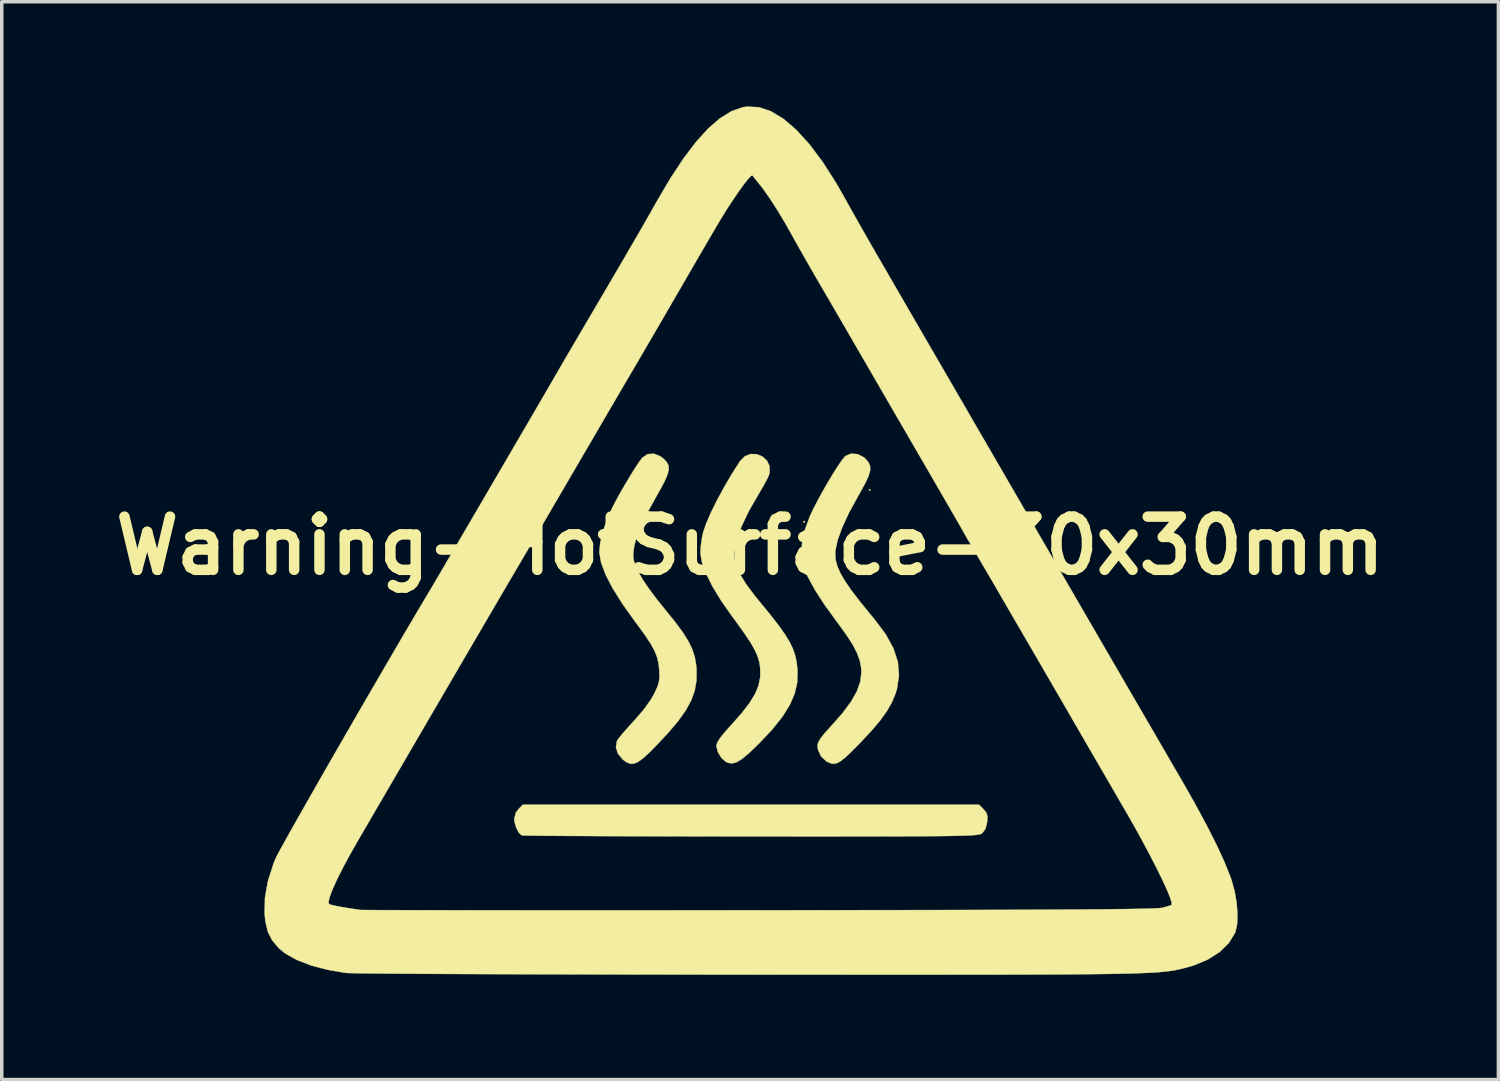
<source format=kicad_pcb>
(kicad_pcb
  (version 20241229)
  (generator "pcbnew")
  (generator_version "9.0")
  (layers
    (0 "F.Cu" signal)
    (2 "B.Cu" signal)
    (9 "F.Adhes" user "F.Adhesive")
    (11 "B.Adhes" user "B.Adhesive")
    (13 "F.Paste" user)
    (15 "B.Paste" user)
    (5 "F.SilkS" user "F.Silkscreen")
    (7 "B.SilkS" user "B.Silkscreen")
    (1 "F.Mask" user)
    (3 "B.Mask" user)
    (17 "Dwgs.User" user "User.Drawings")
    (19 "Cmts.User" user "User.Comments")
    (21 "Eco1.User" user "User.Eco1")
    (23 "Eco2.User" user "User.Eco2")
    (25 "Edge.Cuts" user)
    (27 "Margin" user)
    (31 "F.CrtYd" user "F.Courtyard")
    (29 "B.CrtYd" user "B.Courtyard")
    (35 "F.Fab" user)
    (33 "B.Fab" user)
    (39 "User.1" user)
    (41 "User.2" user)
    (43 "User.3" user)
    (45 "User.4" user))
  (footprint "Warning-HotSurface-30x30mm"
    (layer "F.Cu")
    (at 18.44 12.587)
    (property "Reference" "Warning-HotSurface-30x30mm" (at 0 0 0) (layer "F.SilkS") (effects (font (size 1.524 1.524) (thickness 0.3))))
    (attr through_hole)
    (fp_poly (pts (xy 1.575 -0.686) (xy 1.549 -0.66) (xy 1.524 -0.686) (xy 1.549 -0.711) (xy 1.575 -0.686)) (stroke (width 0.01) (type solid)) (fill yes) (layer "F.SilkS"))
    (fp_poly (pts (xy 3.454 -1.6) (xy 3.429 -1.575) (xy 3.404 -1.6) (xy 3.429 -1.626) (xy 3.454 -1.6)) (stroke (width 0.01) (type solid)) (fill yes) (layer "F.SilkS"))
    (fp_poly (pts (xy 6.689 7.548) (xy 6.77 7.646) (xy 6.801 7.749) (xy 6.794 7.902) (xy 6.793 7.912) (xy 6.748 8.105) (xy 6.658 8.229) (xy 6.647 8.237) (xy 6.626 8.25) (xy 6.597 8.262) (xy 6.554 8.273) (xy 6.491 8.283) (xy 6.404 8.291) (xy 6.288 8.298) (xy 6.136 8.304) (xy 5.944 8.31) (xy 5.707 8.314) (xy 5.419 8.318) (xy 5.075 8.321) (xy 4.67 8.323) (xy 4.198 8.325) (xy 3.654 8.326) (xy 3.033 8.326) (xy 2.33 8.327) (xy 1.54 8.327) (xy 0.656 8.326) (xy 0.025 8.326) (xy -0.78 8.326) (xy -1.557 8.325) (xy -2.301 8.323) (xy -3.005 8.322) (xy -3.663 8.32) (xy -4.269 8.318) (xy -4.816 8.315) (xy -5.3 8.313) (xy -5.713 8.31) (xy -6.049 8.307) (xy -6.303 8.304) (xy -6.469 8.301) (xy -6.54 8.298) (xy -6.542 8.297) (xy -6.625 8.22) (xy -6.699 8.08) (xy -6.747 7.917) (xy -6.756 7.823) (xy -6.709 7.645) (xy -6.632 7.541) (xy -6.507 7.417) (xy 6.558 7.417) (xy 6.689 7.548)) (stroke (width 0.01) (type solid)) (fill yes) (layer "F.SilkS"))
    (fp_poly (pts (xy 3.084 -2.624) (xy 3.26 -2.534) (xy 3.306 -2.493) (xy 3.393 -2.391) (xy 3.439 -2.287) (xy 3.442 -2.165) (xy 3.4 -2.01) (xy 3.307 -1.808) (xy 3.163 -1.542) (xy 3.091 -1.416) (xy 2.835 -0.947) (xy 2.641 -0.528) (xy 2.51 -0.166) (xy 2.446 0.132) (xy 2.439 0.243) (xy 2.454 0.413) (xy 2.504 0.594) (xy 2.593 0.795) (xy 2.728 1.025) (xy 2.916 1.295) (xy 3.161 1.614) (xy 3.47 1.993) (xy 3.571 2.114) (xy 3.888 2.537) (xy 4.109 2.941) (xy 4.235 3.331) (xy 4.267 3.716) (xy 4.209 4.1) (xy 4.168 4.234) (xy 4.065 4.482) (xy 3.922 4.734) (xy 3.729 5.003) (xy 3.475 5.304) (xy 3.15 5.65) (xy 3.124 5.677) (xy 2.891 5.912) (xy 2.713 6.078) (xy 2.575 6.185) (xy 2.463 6.238) (xy 2.364 6.246) (xy 2.264 6.215) (xy 2.19 6.178) (xy 2.037 6.039) (xy 1.947 5.843) (xy 1.932 5.727) (xy 1.951 5.639) (xy 2.015 5.526) (xy 2.135 5.374) (xy 2.319 5.17) (xy 2.646 4.799) (xy 2.891 4.47) (xy 3.06 4.173) (xy 3.158 3.896) (xy 3.19 3.63) (xy 3.182 3.483) (xy 3.142 3.28) (xy 3.063 3.068) (xy 2.94 2.831) (xy 2.762 2.554) (xy 2.522 2.222) (xy 2.474 2.159) (xy 2.131 1.685) (xy 1.854 1.255) (xy 1.648 0.876) (xy 1.549 0.647) (xy 1.477 0.316) (xy 1.488 -0.064) (xy 1.58 -0.483) (xy 1.715 -0.847) (xy 1.81 -1.051) (xy 1.936 -1.294) (xy 2.08 -1.558) (xy 2.233 -1.824) (xy 2.385 -2.076) (xy 2.524 -2.295) (xy 2.64 -2.463) (xy 2.723 -2.563) (xy 2.736 -2.575) (xy 2.898 -2.639) (xy 3.084 -2.624)) (stroke (width 0.01) (type solid)) (fill yes) (layer "F.SilkS"))
    (fp_poly (pts (xy 0.197 -2.623) (xy 0.357 -2.556) (xy 0.484 -2.439) (xy 0.559 -2.283) (xy 0.561 -2.096) (xy 0.534 -2.007) (xy 0.477 -1.889) (xy 0.385 -1.72) (xy 0.276 -1.533) (xy 0.263 -1.512) (xy -0.032 -0.999) (xy -0.248 -0.548) (xy -0.386 -0.156) (xy -0.446 0.178) (xy -0.445 0.361) (xy -0.397 0.573) (xy -0.289 0.815) (xy -0.114 1.097) (xy 0.132 1.427) (xy 0.267 1.593) (xy 0.57 1.963) (xy 0.811 2.272) (xy 0.997 2.534) (xy 1.136 2.761) (xy 1.234 2.966) (xy 1.299 3.165) (xy 1.339 3.368) (xy 1.36 3.59) (xy 1.36 3.59) (xy 1.351 3.915) (xy 1.279 4.235) (xy 1.139 4.559) (xy 0.926 4.899) (xy 0.634 5.264) (xy 0.257 5.664) (xy 0.219 5.701) (xy -0.024 5.934) (xy -0.216 6.095) (xy -0.369 6.193) (xy -0.497 6.233) (xy -0.614 6.223) (xy -0.69 6.192) (xy -0.816 6.084) (xy -0.917 5.92) (xy -0.964 5.747) (xy -0.965 5.723) (xy -0.936 5.629) (xy -0.845 5.489) (xy -0.686 5.297) (xy -0.55 5.147) (xy -0.246 4.804) (xy -0.017 4.507) (xy 0.145 4.243) (xy 0.245 3.998) (xy 0.292 3.759) (xy 0.292 3.511) (xy 0.291 3.498) (xy 0.266 3.333) (xy 0.217 3.167) (xy 0.137 2.987) (xy 0.017 2.777) (xy -0.149 2.526) (xy -0.369 2.218) (xy -0.511 2.026) (xy -0.823 1.582) (xy -1.074 1.17) (xy -1.26 0.799) (xy -1.378 0.477) (xy -1.422 0.212) (xy -1.422 0.193) (xy -1.408 -0.019) (xy -1.372 -0.257) (xy -1.345 -0.378) (xy -1.262 -0.625) (xy -1.129 -0.935) (xy -0.955 -1.289) (xy -0.75 -1.668) (xy -0.524 -2.054) (xy -0.287 -2.425) (xy -0.145 -2.568) (xy 0.023 -2.63) (xy 0.197 -2.623)) (stroke (width 0.01) (type solid)) (fill yes) (layer "F.SilkS"))
    (fp_poly (pts (xy -2.566 -2.561) (xy -2.482 -2.497) (xy -2.389 -2.4) (xy -2.337 -2.3) (xy -2.329 -2.181) (xy -2.368 -2.03) (xy -2.456 -1.831) (xy -2.596 -1.569) (xy -2.683 -1.417) (xy -2.923 -0.983) (xy -3.104 -0.615) (xy -3.231 -0.302) (xy -3.31 -0.031) (xy -3.338 0.141) (xy -3.348 0.29) (xy -3.334 0.416) (xy -3.288 0.556) (xy -3.201 0.744) (xy -3.185 0.776) (xy -3.066 0.983) (xy -2.887 1.245) (xy -2.662 1.545) (xy -2.433 1.829) (xy -2.148 2.181) (xy -1.929 2.478) (xy -1.767 2.735) (xy -1.654 2.969) (xy -1.582 3.195) (xy -1.543 3.428) (xy -1.532 3.57) (xy -1.537 3.868) (xy -1.585 4.149) (xy -1.684 4.426) (xy -1.84 4.712) (xy -2.06 5.021) (xy -2.351 5.365) (xy -2.619 5.652) (xy -2.864 5.903) (xy -3.057 6.081) (xy -3.21 6.193) (xy -3.335 6.245) (xy -3.446 6.243) (xy -3.556 6.192) (xy -3.65 6.12) (xy -3.786 5.956) (xy -3.843 5.772) (xy -3.814 5.596) (xy -3.805 5.578) (xy -3.747 5.496) (xy -3.634 5.359) (xy -3.484 5.189) (xy -3.327 5.018) (xy -3.054 4.703) (xy -2.843 4.411) (xy -2.746 4.239) (xy -2.657 4.048) (xy -2.61 3.9) (xy -2.595 3.751) (xy -2.601 3.564) (xy -2.622 3.369) (xy -2.665 3.19) (xy -2.737 3.008) (xy -2.847 2.806) (xy -3.005 2.567) (xy -3.218 2.273) (xy -3.276 2.197) (xy -3.646 1.679) (xy -3.935 1.221) (xy -4.143 0.82) (xy -4.27 0.475) (xy -4.318 0.185) (xy -4.318 0.161) (xy -4.289 -0.107) (xy -4.209 -0.432) (xy -4.084 -0.785) (xy -3.983 -1.016) (xy -3.878 -1.226) (xy -3.744 -1.473) (xy -3.593 -1.736) (xy -3.439 -1.995) (xy -3.294 -2.227) (xy -3.171 -2.412) (xy -3.083 -2.527) (xy -2.933 -2.626) (xy -2.753 -2.637) (xy -2.566 -2.561)) (stroke (width 0.01) (type solid)) (fill yes) (layer "F.SilkS"))
    (fp_poly (pts (xy 0.25 -12.565) (xy 0.599 -12.448) (xy 0.957 -12.232) (xy 1.324 -11.918) (xy 1.698 -11.507) (xy 2.078 -11) (xy 2.464 -10.398) (xy 2.752 -9.892) (xy 2.863 -9.691) (xy 3.015 -9.421) (xy 3.196 -9.101) (xy 3.396 -8.75) (xy 3.605 -8.387) (xy 3.784 -8.077) (xy 3.928 -7.829) (xy 4.117 -7.502) (xy 4.345 -7.109) (xy 4.607 -6.657) (xy 4.896 -6.158) (xy 5.207 -5.621) (xy 5.534 -5.058) (xy 5.871 -4.477) (xy 6.212 -3.889) (xy 6.537 -3.327) (xy 6.866 -2.761) (xy 7.188 -2.206) (xy 7.498 -1.671) (xy 7.792 -1.164) (xy 8.065 -0.693) (xy 8.311 -0.267) (xy 8.527 0.105) (xy 8.708 0.416) (xy 8.847 0.657) (xy 8.942 0.82) (xy 8.952 0.838) (xy 9.093 1.081) (xy 9.278 1.4) (xy 9.5 1.783) (xy 9.753 2.219) (xy 10.029 2.695) (xy 10.322 3.2) (xy 10.625 3.721) (xy 10.93 4.247) (xy 11.232 4.766) (xy 11.523 5.267) (xy 11.796 5.737) (xy 12.044 6.165) (xy 12.261 6.538) (xy 12.355 6.698) (xy 12.741 7.377) (xy 13.077 7.999) (xy 13.361 8.559) (xy 13.588 9.051) (xy 13.757 9.47) (xy 13.795 9.576) (xy 13.883 9.895) (xy 13.94 10.229) (xy 13.965 10.552) (xy 13.955 10.838) (xy 13.908 11.06) (xy 13.897 11.088) (xy 13.72 11.379) (xy 13.455 11.638) (xy 13.115 11.855) (xy 12.713 12.023) (xy 12.561 12.067) (xy 12.468 12.092) (xy 12.38 12.115) (xy 12.292 12.136) (xy 12.201 12.155) (xy 12.102 12.173) (xy 11.992 12.189) (xy 11.866 12.203) (xy 11.72 12.216) (xy 11.549 12.228) (xy 11.35 12.238) (xy 11.119 12.247) (xy 10.852 12.255) (xy 10.543 12.262) (xy 10.19 12.268) (xy 9.788 12.273) (xy 9.332 12.277) (xy 8.82 12.281) (xy 8.246 12.283) (xy 7.607 12.285) (xy 6.897 12.287) (xy 6.115 12.287) (xy 5.254 12.288) (xy 4.311 12.288) (xy 3.282 12.288) (xy 2.163 12.287) (xy 0.949 12.287) (xy 0 12.286) (xy -1.067 12.286) (xy -2.109 12.284) (xy -3.121 12.283) (xy -4.1 12.281) (xy -5.04 12.279) (xy -5.937 12.277) (xy -6.785 12.274) (xy -7.581 12.272) (xy -8.319 12.269) (xy -8.994 12.266) (xy -9.602 12.262) (xy -10.138 12.259) (xy -10.597 12.255) (xy -10.975 12.251) (xy -11.267 12.247) (xy -11.467 12.243) (xy -11.572 12.239) (xy -11.582 12.238) (xy -12.109 12.148) (xy -12.581 12.023) (xy -12.987 11.866) (xy -13.315 11.682) (xy -13.504 11.528) (xy -13.694 11.301) (xy -13.818 11.055) (xy -13.887 10.761) (xy -13.909 10.533) (xy -13.901 10.206) (xy -12.077 10.206) (xy -12.069 10.255) (xy -12.031 10.278) (xy -11.936 10.304) (xy -11.774 10.337) (xy -11.533 10.378) (xy -11.203 10.429) (xy -11.176 10.433) (xy -11.114 10.435) (xy -10.955 10.436) (xy -10.703 10.438) (xy -10.364 10.439) (xy -9.942 10.44) (xy -9.441 10.441) (xy -8.867 10.442) (xy -8.223 10.443) (xy -7.515 10.444) (xy -6.746 10.444) (xy -5.923 10.445) (xy -5.048 10.445) (xy -4.128 10.445) (xy -3.166 10.445) (xy -2.168 10.444) (xy -1.137 10.444) (xy -0.079 10.443) (xy 0.254 10.443) (xy 1.596 10.442) (xy 2.84 10.44) (xy 3.988 10.439) (xy 5.043 10.437) (xy 6.009 10.435) (xy 6.888 10.432) (xy 7.684 10.43) (xy 8.399 10.427) (xy 9.037 10.423) (xy 9.6 10.42) (xy 10.092 10.416) (xy 10.516 10.411) (xy 10.874 10.407) (xy 11.169 10.401) (xy 11.406 10.396) (xy 11.585 10.39) (xy 11.712 10.383) (xy 11.788 10.376) (xy 11.807 10.373) (xy 11.954 10.334) (xy 12.056 10.301) (xy 12.08 10.289) (xy 12.08 10.221) (xy 12.034 10.076) (xy 11.947 9.863) (xy 11.823 9.592) (xy 11.667 9.273) (xy 11.484 8.915) (xy 11.28 8.529) (xy 11.058 8.124) (xy 10.824 7.711) (xy 10.769 7.616) (xy 10.557 7.251) (xy 10.315 6.833) (xy 10.063 6.399) (xy 9.823 5.985) (xy 9.644 5.677) (xy 9.361 5.189) (xy 9.043 4.639) (xy 8.703 4.053) (xy 8.357 3.456) (xy 8.019 2.874) (xy 7.704 2.332) (xy 7.455 1.905) (xy 7.305 1.646) (xy 7.153 1.385) (xy 7.018 1.151) (xy 6.915 0.973) (xy 6.91 0.965) (xy 6.793 0.765) (xy 6.65 0.521) (xy 6.506 0.276) (xy 6.463 0.203) (xy 6.338 -0.01) (xy 6.219 -0.214) (xy 6.125 -0.379) (xy 6.095 -0.432) (xy 6.045 -0.52) (xy 5.95 -0.686) (xy 5.817 -0.917) (xy 5.651 -1.205) (xy 5.459 -1.536) (xy 5.247 -1.902) (xy 5.022 -2.29) (xy 4.965 -2.388) (xy 4.707 -2.833) (xy 4.435 -3.302) (xy 4.159 -3.777) (xy 3.892 -4.238) (xy 3.644 -4.665) (xy 3.428 -5.039) (xy 3.286 -5.283) (xy 3.062 -5.67) (xy 2.813 -6.1) (xy 2.556 -6.542) (xy 2.31 -6.966) (xy 2.091 -7.341) (xy 2.032 -7.442) (xy 1.847 -7.761) (xy 1.665 -8.078) (xy 1.497 -8.373) (xy 1.353 -8.626) (xy 1.246 -8.817) (xy 1.22 -8.865) (xy 1.001 -9.254) (xy 0.776 -9.628) (xy 0.559 -9.964) (xy 0.364 -10.24) (xy 0.287 -10.338) (xy 0.179 -10.472) (xy 0.099 -10.571) (xy 0.066 -10.613) (xy 0.024 -10.594) (xy -0.062 -10.501) (xy -0.185 -10.345) (xy -0.335 -10.137) (xy -0.475 -9.931) (xy -0.548 -9.821) (xy -0.614 -9.721) (xy -0.678 -9.621) (xy -0.745 -9.513) (xy -0.821 -9.388) (xy -0.912 -9.238) (xy -1.021 -9.053) (xy -1.155 -8.824) (xy -1.318 -8.544) (xy -1.517 -8.203) (xy -1.755 -7.792) (xy -2.039 -7.302) (xy -2.061 -7.264) (xy -2.297 -6.858) (xy -2.534 -6.449) (xy -2.764 -6.054) (xy -2.977 -5.689) (xy -3.164 -5.368) (xy -3.316 -5.107) (xy -3.407 -4.953) (xy -3.513 -4.773) (xy -3.663 -4.517) (xy -3.85 -4.197) (xy -4.067 -3.826) (xy -4.306 -3.416) (xy -4.561 -2.979) (xy -4.825 -2.528) (xy -5.055 -2.134) (xy -5.322 -1.676) (xy -5.587 -1.222) (xy -5.844 -0.782) (xy -6.085 -0.369) (xy -6.303 0.004) (xy -6.491 0.324) (xy -6.641 0.58) (xy -6.733 0.737) (xy -6.855 0.943) (xy -7.023 1.229) (xy -7.232 1.587) (xy -7.479 2.009) (xy -7.758 2.486) (xy -8.065 3.011) (xy -8.395 3.576) (xy -8.743 4.173) (xy -9.105 4.793) (xy -9.476 5.429) (xy -9.851 6.073) (xy -10.226 6.716) (xy -10.596 7.351) (xy -10.956 7.969) (xy -11.248 8.471) (xy -11.48 8.879) (xy -11.679 9.251) (xy -11.843 9.579) (xy -11.966 9.853) (xy -12.046 10.065) (xy -12.077 10.206) (xy -13.901 10.206) (xy -13.898 10.08) (xy -13.815 9.613) (xy -13.655 9.113) (xy -13.597 8.966) (xy -13.551 8.873) (xy -13.458 8.701) (xy -13.324 8.456) (xy -13.151 8.147) (xy -12.944 7.781) (xy -12.709 7.367) (xy -12.449 6.911) (xy -12.17 6.422) (xy -11.874 5.908) (xy -11.568 5.376) (xy -11.255 4.835) (xy -10.94 4.291) (xy -10.627 3.753) (xy -10.321 3.228) (xy -10.027 2.724) (xy -9.748 2.25) (xy -9.49 1.812) (xy -9.256 1.419) (xy -9.167 1.27) (xy -9.107 1.169) (xy -9.001 0.989) (xy -8.855 0.741) (xy -8.675 0.432) (xy -8.465 0.074) (xy -8.231 -0.326) (xy -7.979 -0.757) (xy -7.714 -1.21) (xy -7.442 -1.676) (xy -7.167 -2.146) (xy -6.897 -2.61) (xy -6.635 -3.058) (xy -6.387 -3.482) (xy -6.16 -3.872) (xy -5.958 -4.219) (xy -5.787 -4.513) (xy -5.652 -4.745) (xy -5.559 -4.905) (xy -5.546 -4.928) (xy -5.427 -5.135) (xy -5.27 -5.403) (xy -5.092 -5.708) (xy -4.908 -6.022) (xy -4.775 -6.248) (xy -4.334 -6.998) (xy -3.943 -7.664) (xy -3.601 -8.25) (xy -3.305 -8.759) (xy -3.053 -9.195) (xy -2.844 -9.561) (xy -2.693 -9.83) (xy -2.295 -10.507) (xy -1.915 -11.086) (xy -1.55 -11.568) (xy -1.199 -11.955) (xy -0.861 -12.248) (xy -0.533 -12.45) (xy -0.215 -12.562) (xy -0.088 -12.582) (xy 0.25 -12.565)) (stroke (width 0.01) (type solid)) (fill yes) (layer "F.SilkS")))
  (gr_rect
    (start -3 -3)
    (end 39.881 27.88)
    (stroke (width 0.1) (type default))
    (fill no)
    (layer "Edge.Cuts")))
</source>
